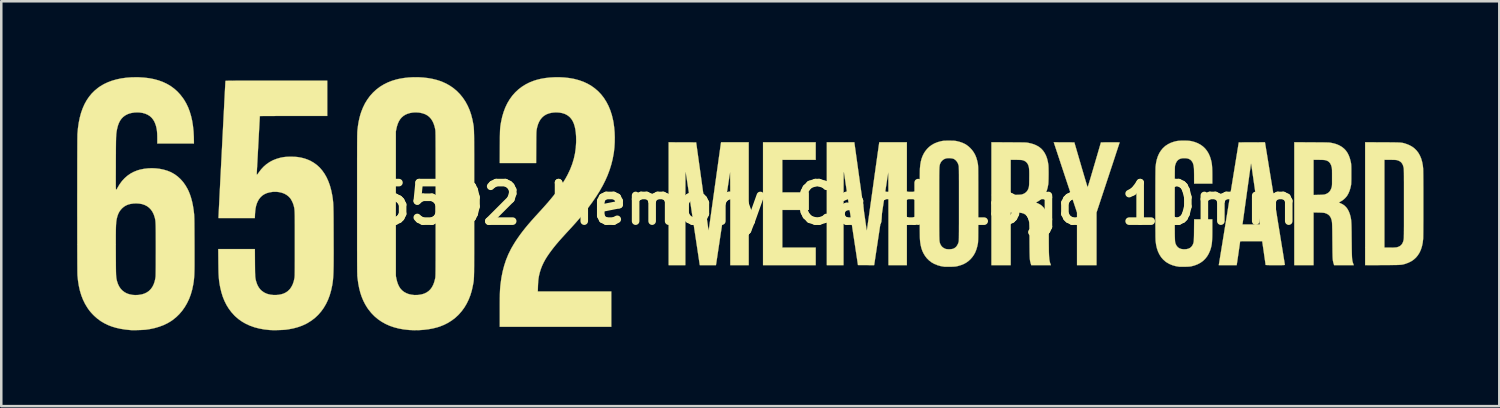
<source format=kicad_pcb>
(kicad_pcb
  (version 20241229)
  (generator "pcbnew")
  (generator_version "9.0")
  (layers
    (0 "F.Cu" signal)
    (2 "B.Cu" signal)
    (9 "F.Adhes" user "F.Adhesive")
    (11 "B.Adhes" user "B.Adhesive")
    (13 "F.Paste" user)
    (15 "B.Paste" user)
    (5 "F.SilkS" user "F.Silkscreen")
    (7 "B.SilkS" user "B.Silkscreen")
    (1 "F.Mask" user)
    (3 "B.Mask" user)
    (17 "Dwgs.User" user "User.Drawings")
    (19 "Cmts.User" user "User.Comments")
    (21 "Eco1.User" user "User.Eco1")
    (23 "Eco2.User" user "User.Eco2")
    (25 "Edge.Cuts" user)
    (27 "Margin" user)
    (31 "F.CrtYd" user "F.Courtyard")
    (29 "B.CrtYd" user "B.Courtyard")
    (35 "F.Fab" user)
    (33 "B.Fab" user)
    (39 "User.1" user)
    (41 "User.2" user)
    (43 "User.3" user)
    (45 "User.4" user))
  (footprint "6502 Memory Card Logo 10mm"
    (layer "F.Cu")
    (at 30.003 5.008)
    (property "Reference" "6502 Memory Card Logo 10mm" (at 0 0 0) (layer "F.SilkS") (effects (font (size 1.524 1.524) (thickness 0.3))))
    (attr through_hole)
    (fp_poly (pts (xy -0.787 -1.736) (xy -2.108 -1.736) (xy -2.108 -0.449) (xy -1.058 -0.449) (xy -1.058 0.246) (xy -2.108 0.246) (xy -2.108 1.736) (xy -0.787 1.736) (xy -0.787 2.43) (xy -2.87 2.43) (xy -2.87 -2.43) (xy -0.787 -2.43) (xy -0.787 -1.736)) (stroke (width 0.01) (type solid)) (fill yes) (layer "F.SilkS"))
    (fp_poly (pts (xy 9.037 -2.428) (xy 9.444 -2.426) (xy 9.703 -1.538) (xy 9.737 -1.42) (xy 9.771 -1.306) (xy 9.803 -1.197) (xy 9.833 -1.096) (xy 9.861 -1.002) (xy 9.886 -0.917) (xy 9.909 -0.842) (xy 9.928 -0.778) (xy 9.945 -0.725) (xy 9.957 -0.686) (xy 9.965 -0.661) (xy 9.969 -0.651) (xy 9.97 -0.651) (xy 9.973 -0.659) (xy 9.981 -0.682) (xy 9.993 -0.719) (xy 10.008 -0.77) (xy 10.028 -0.832) (xy 10.05 -0.906) (xy 10.075 -0.99) (xy 10.103 -1.082) (xy 10.132 -1.183) (xy 10.164 -1.29) (xy 10.197 -1.403) (xy 10.232 -1.522) (xy 10.237 -1.538) (xy 10.496 -2.426) (xy 10.865 -2.428) (xy 10.943 -2.428) (xy 11.015 -2.428) (xy 11.079 -2.428) (xy 11.135 -2.427) (xy 11.18 -2.427) (xy 11.213 -2.426) (xy 11.231 -2.424) (xy 11.235 -2.423) (xy 11.233 -2.415) (xy 11.225 -2.391) (xy 11.213 -2.353) (xy 11.196 -2.301) (xy 11.174 -2.236) (xy 11.149 -2.159) (xy 11.12 -2.072) (xy 11.088 -1.974) (xy 11.053 -1.866) (xy 11.015 -1.75) (xy 10.974 -1.626) (xy 10.931 -1.495) (xy 10.885 -1.358) (xy 10.838 -1.215) (xy 10.79 -1.068) (xy 10.778 -1.033) (xy 10.321 0.35) (xy 10.321 2.43) (xy 9.55 2.43) (xy 9.55 1.391) (xy 9.55 0.351) (xy 9.09 -1.039) (xy 8.63 -2.43) (xy 9.037 -2.428)) (stroke (width 0.01) (type solid)) (fill yes) (layer "F.SilkS"))
    (fp_poly (pts (xy 2.819 2.43) (xy 2.091 2.43) (xy 2.091 0.586) (xy 2.091 0.392) (xy 2.09 0.206) (xy 2.09 0.029) (xy 2.09 -0.139) (xy 2.09 -0.298) (xy 2.089 -0.447) (xy 2.089 -0.584) (xy 2.088 -0.711) (xy 2.088 -0.825) (xy 2.087 -0.926) (xy 2.087 -1.015) (xy 2.086 -1.09) (xy 2.085 -1.15) (xy 2.084 -1.196) (xy 2.084 -1.226) (xy 2.083 -1.24) (xy 2.083 -1.24) (xy 2.081 -1.23) (xy 2.076 -1.205) (xy 2.07 -1.164) (xy 2.061 -1.108) (xy 2.05 -1.039) (xy 2.037 -0.957) (xy 2.023 -0.863) (xy 2.007 -0.757) (xy 1.989 -0.641) (xy 1.97 -0.515) (xy 1.949 -0.381) (xy 1.928 -0.237) (xy 1.905 -0.087) (xy 1.881 0.07) (xy 1.856 0.234) (xy 1.831 0.402) (xy 1.805 0.575) (xy 1.804 0.584) (xy 1.778 0.757) (xy 1.752 0.926) (xy 1.728 1.089) (xy 1.704 1.247) (xy 1.681 1.398) (xy 1.66 1.542) (xy 1.639 1.677) (xy 1.62 1.804) (xy 1.602 1.921) (xy 1.586 2.027) (xy 1.572 2.122) (xy 1.559 2.205) (xy 1.549 2.275) (xy 1.54 2.331) (xy 1.534 2.373) (xy 1.53 2.4) (xy 1.528 2.411) (xy 1.528 2.411) (xy 1.524 2.43) (xy 1.204 2.428) (xy 0.885 2.426) (xy 0.608 0.593) (xy 0.582 0.419) (xy 0.556 0.249) (xy 0.531 0.085) (xy 0.507 -0.074) (xy 0.484 -0.226) (xy 0.463 -0.37) (xy 0.442 -0.506) (xy 0.423 -0.633) (xy 0.405 -0.75) (xy 0.389 -0.857) (xy 0.375 -0.953) (xy 0.362 -1.036) (xy 0.352 -1.107) (xy 0.343 -1.164) (xy 0.337 -1.207) (xy 0.332 -1.235) (xy 0.331 -1.247) (xy 0.331 -1.247) (xy 0.325 -1.25) (xy 0.322 -1.249) (xy 0.321 -1.24) (xy 0.32 -1.214) (xy 0.319 -1.171) (xy 0.318 -1.111) (xy 0.317 -1.035) (xy 0.316 -0.942) (xy 0.316 -0.832) (xy 0.315 -0.706) (xy 0.315 -0.563) (xy 0.314 -0.404) (xy 0.314 -0.228) (xy 0.314 -0.036) (xy 0.313 0.173) (xy 0.313 0.397) (xy 0.313 0.593) (xy 0.313 2.43) (xy -0.347 2.43) (xy -0.347 -2.43) (xy 0.197 -2.43) (xy 0.741 -2.43) (xy 0.982 -0.698) (xy 1.006 -0.529) (xy 1.029 -0.364) (xy 1.051 -0.204) (xy 1.073 -0.05) (xy 1.093 0.097) (xy 1.113 0.236) (xy 1.131 0.367) (xy 1.149 0.489) (xy 1.165 0.601) (xy 1.179 0.702) (xy 1.192 0.791) (xy 1.203 0.869) (xy 1.212 0.933) (xy 1.22 0.983) (xy 1.225 1.019) (xy 1.228 1.039) (xy 1.229 1.044) (xy 1.237 1.05) (xy 1.238 1.05) (xy 1.24 1.041) (xy 1.244 1.016) (xy 1.249 0.976) (xy 1.257 0.922) (xy 1.267 0.854) (xy 1.278 0.774) (xy 1.291 0.681) (xy 1.306 0.577) (xy 1.322 0.462) (xy 1.34 0.338) (xy 1.358 0.205) (xy 1.378 0.064) (xy 1.399 -0.085) (xy 1.42 -0.24) (xy 1.443 -0.401) (xy 1.466 -0.567) (xy 1.481 -0.673) (xy 1.504 -0.842) (xy 1.527 -1.006) (xy 1.549 -1.166) (xy 1.571 -1.319) (xy 1.591 -1.466) (xy 1.611 -1.605) (xy 1.629 -1.736) (xy 1.646 -1.857) (xy 1.662 -1.969) (xy 1.676 -2.07) (xy 1.689 -2.159) (xy 1.7 -2.237) (xy 1.709 -2.301) (xy 1.716 -2.351) (xy 1.721 -2.387) (xy 1.724 -2.407) (xy 1.725 -2.411) (xy 1.729 -2.43) (xy 2.819 -2.43) (xy 2.819 2.43)) (stroke (width 0.01) (type solid)) (fill yes) (layer "F.SilkS"))
    (fp_poly (pts (xy 21.634 -2.428) (xy 21.764 -2.427) (xy 21.879 -2.427) (xy 21.979 -2.426) (xy 22.066 -2.425) (xy 22.141 -2.424) (xy 22.205 -2.423) (xy 22.261 -2.421) (xy 22.308 -2.419) (xy 22.349 -2.416) (xy 22.384 -2.412) (xy 22.415 -2.408) (xy 22.443 -2.403) (xy 22.469 -2.397) (xy 22.496 -2.389) (xy 22.523 -2.381) (xy 22.552 -2.372) (xy 22.571 -2.365) (xy 22.691 -2.318) (xy 22.799 -2.26) (xy 22.895 -2.189) (xy 22.98 -2.106) (xy 23.053 -2.011) (xy 23.114 -1.903) (xy 23.164 -1.784) (xy 23.202 -1.652) (xy 23.229 -1.508) (xy 23.241 -1.394) (xy 23.242 -1.37) (xy 23.243 -1.329) (xy 23.244 -1.273) (xy 23.245 -1.202) (xy 23.246 -1.116) (xy 23.247 -1.016) (xy 23.248 -0.903) (xy 23.248 -0.777) (xy 23.249 -0.638) (xy 23.249 -0.488) (xy 23.249 -0.327) (xy 23.249 -0.156) (xy 23.249 -0.000001) (xy 23.249 0.18) (xy 23.249 0.35) (xy 23.249 0.509) (xy 23.249 0.658) (xy 23.248 0.794) (xy 23.247 0.919) (xy 23.247 1.03) (xy 23.246 1.128) (xy 23.245 1.212) (xy 23.244 1.282) (xy 23.243 1.336) (xy 23.242 1.374) (xy 23.241 1.394) (xy 23.223 1.547) (xy 23.193 1.688) (xy 23.152 1.817) (xy 23.099 1.933) (xy 23.034 2.037) (xy 22.958 2.129) (xy 22.87 2.209) (xy 22.771 2.277) (xy 22.66 2.332) (xy 22.571 2.365) (xy 22.54 2.376) (xy 22.512 2.385) (xy 22.485 2.392) (xy 22.459 2.399) (xy 22.432 2.405) (xy 22.402 2.41) (xy 22.37 2.414) (xy 22.333 2.417) (xy 22.289 2.42) (xy 22.239 2.422) (xy 22.18 2.424) (xy 22.111 2.425) (xy 22.031 2.426) (xy 21.939 2.426) (xy 21.833 2.427) (xy 21.713 2.428) (xy 21.634 2.428) (xy 20.947 2.431) (xy 20.947 -1.736) (xy 21.709 -1.736) (xy 21.709 1.736) (xy 21.934 1.736) (xy 22.008 1.735) (xy 22.067 1.735) (xy 22.114 1.733) (xy 22.15 1.731) (xy 22.178 1.728) (xy 22.201 1.725) (xy 22.21 1.722) (xy 22.281 1.698) (xy 22.339 1.664) (xy 22.387 1.619) (xy 22.424 1.563) (xy 22.453 1.493) (xy 22.468 1.435) (xy 22.47 1.425) (xy 22.472 1.414) (xy 22.474 1.401) (xy 22.475 1.386) (xy 22.476 1.366) (xy 22.478 1.342) (xy 22.479 1.313) (xy 22.479 1.278) (xy 22.48 1.236) (xy 22.481 1.186) (xy 22.481 1.127) (xy 22.482 1.059) (xy 22.482 0.982) (xy 22.483 0.893) (xy 22.483 0.792) (xy 22.483 0.679) (xy 22.483 0.553) (xy 22.483 0.413) (xy 22.483 0.257) (xy 22.483 0.086) (xy 22.483 0) (xy 22.483 -0.179) (xy 22.483 -0.342) (xy 22.483 -0.489) (xy 22.483 -0.622) (xy 22.483 -0.741) (xy 22.483 -0.847) (xy 22.482 -0.941) (xy 22.482 -1.024) (xy 22.482 -1.097) (xy 22.481 -1.159) (xy 22.481 -1.213) (xy 22.48 -1.259) (xy 22.479 -1.297) (xy 22.478 -1.329) (xy 22.477 -1.356) (xy 22.476 -1.377) (xy 22.474 -1.394) (xy 22.473 -1.409) (xy 22.471 -1.42) (xy 22.469 -1.43) (xy 22.468 -1.435) (xy 22.445 -1.515) (xy 22.414 -1.581) (xy 22.374 -1.634) (xy 22.323 -1.675) (xy 22.261 -1.706) (xy 22.21 -1.722) (xy 22.19 -1.727) (xy 22.165 -1.73) (xy 22.133 -1.732) (xy 22.091 -1.734) (xy 22.038 -1.735) (xy 21.972 -1.736) (xy 21.934 -1.736) (xy 21.709 -1.736) (xy 20.947 -1.736) (xy 20.947 -2.431) (xy 21.634 -2.428)) (stroke (width 0.01) (type solid)) (fill yes) (layer "F.SilkS"))
    (fp_poly (pts (xy -5.516 -2.426) (xy -5.274 -0.692) (xy -5.251 -0.523) (xy -5.227 -0.358) (xy -5.205 -0.198) (xy -5.184 -0.045) (xy -5.163 0.102) (xy -5.143 0.241) (xy -5.125 0.372) (xy -5.107 0.493) (xy -5.092 0.605) (xy -5.077 0.706) (xy -5.064 0.795) (xy -5.053 0.873) (xy -5.044 0.937) (xy -5.036 0.987) (xy -5.031 1.022) (xy -5.028 1.042) (xy -5.027 1.047) (xy -5.02 1.045) (xy -5.017 1.04) (xy -5.016 1.031) (xy -5.012 1.006) (xy -5.006 0.965) (xy -4.998 0.91) (xy -4.988 0.841) (xy -4.977 0.76) (xy -4.964 0.667) (xy -4.949 0.562) (xy -4.933 0.447) (xy -4.916 0.322) (xy -4.897 0.189) (xy -4.877 0.047) (xy -4.856 -0.102) (xy -4.835 -0.257) (xy -4.812 -0.418) (xy -4.789 -0.584) (xy -4.776 -0.682) (xy -4.752 -0.85) (xy -4.729 -1.014) (xy -4.707 -1.173) (xy -4.686 -1.326) (xy -4.665 -1.472) (xy -4.646 -1.611) (xy -4.628 -1.741) (xy -4.611 -1.862) (xy -4.595 -1.973) (xy -4.581 -2.074) (xy -4.569 -2.163) (xy -4.558 -2.24) (xy -4.549 -2.303) (xy -4.542 -2.353) (xy -4.537 -2.388) (xy -4.534 -2.407) (xy -4.534 -2.411) (xy -4.529 -2.43) (xy -3.437 -2.43) (xy -3.437 2.43) (xy -4.166 2.43) (xy -4.166 0.587) (xy -4.166 0.411) (xy -4.166 0.241) (xy -4.166 0.075) (xy -4.166 -0.084) (xy -4.166 -0.236) (xy -4.167 -0.381) (xy -4.167 -0.517) (xy -4.167 -0.644) (xy -4.168 -0.761) (xy -4.168 -0.867) (xy -4.169 -0.962) (xy -4.169 -1.045) (xy -4.17 -1.115) (xy -4.171 -1.171) (xy -4.171 -1.212) (xy -4.172 -1.238) (xy -4.172 -1.248) (xy -4.173 -1.248) (xy -4.174 -1.239) (xy -4.179 -1.214) (xy -4.185 -1.174) (xy -4.194 -1.119) (xy -4.205 -1.051) (xy -4.217 -0.97) (xy -4.232 -0.876) (xy -4.248 -0.772) (xy -4.266 -0.656) (xy -4.285 -0.531) (xy -4.306 -0.397) (xy -4.327 -0.254) (xy -4.35 -0.104) (xy -4.374 0.053) (xy -4.399 0.217) (xy -4.424 0.385) (xy -4.45 0.558) (xy -4.453 0.576) (xy -4.479 0.749) (xy -4.504 0.918) (xy -4.529 1.082) (xy -4.553 1.24) (xy -4.576 1.392) (xy -4.597 1.536) (xy -4.618 1.672) (xy -4.637 1.799) (xy -4.655 1.916) (xy -4.671 2.023) (xy -4.685 2.118) (xy -4.698 2.201) (xy -4.709 2.272) (xy -4.717 2.329) (xy -4.724 2.372) (xy -4.728 2.399) (xy -4.73 2.411) (xy -4.73 2.411) (xy -4.735 2.43) (xy -5.053 2.43) (xy -5.372 2.43) (xy -5.642 0.637) (xy -5.674 0.427) (xy -5.703 0.233) (xy -5.73 0.055) (xy -5.754 -0.109) (xy -5.777 -0.259) (xy -5.797 -0.395) (xy -5.816 -0.518) (xy -5.833 -0.628) (xy -5.848 -0.728) (xy -5.861 -0.816) (xy -5.873 -0.894) (xy -5.883 -0.962) (xy -5.892 -1.021) (xy -5.9 -1.071) (xy -5.907 -1.114) (xy -5.913 -1.15) (xy -5.917 -1.179) (xy -5.921 -1.202) (xy -5.924 -1.22) (xy -5.927 -1.234) (xy -5.929 -1.243) (xy -5.931 -1.25) (xy -5.932 -1.253) (xy -5.933 -1.255) (xy -5.934 -1.255) (xy -5.934 -1.254) (xy -5.935 -1.253) (xy -5.936 -1.253) (xy -5.937 -1.245) (xy -5.938 -1.22) (xy -5.938 -1.18) (xy -5.939 -1.124) (xy -5.94 -1.054) (xy -5.94 -0.97) (xy -5.941 -0.873) (xy -5.941 -0.764) (xy -5.942 -0.642) (xy -5.942 -0.509) (xy -5.943 -0.365) (xy -5.943 -0.211) (xy -5.943 -0.047) (xy -5.943 0.126) (xy -5.944 0.307) (xy -5.944 0.496) (xy -5.944 0.588) (xy -5.944 2.43) (xy -6.604 2.43) (xy -6.604 -2.43) (xy -5.516 -2.426)) (stroke (width 0.01) (type solid)) (fill yes) (layer "F.SilkS"))
    (fp_poly (pts (xy 6.852 -2.428) (xy 6.976 -2.427) (xy 7.085 -2.426) (xy 7.179 -2.426) (xy 7.26 -2.425) (xy 7.329 -2.424) (xy 7.388 -2.424) (xy 7.436 -2.423) (xy 7.477 -2.422) (xy 7.51 -2.42) (xy 7.538 -2.419) (xy 7.56 -2.417) (xy 7.58 -2.415) (xy 7.597 -2.412) (xy 7.614 -2.409) (xy 7.628 -2.406) (xy 7.746 -2.379) (xy 7.849 -2.347) (xy 7.94 -2.308) (xy 8.023 -2.262) (xy 8.05 -2.245) (xy 8.134 -2.178) (xy 8.208 -2.097) (xy 8.271 -2.004) (xy 8.325 -1.898) (xy 8.367 -1.78) (xy 8.398 -1.65) (xy 8.416 -1.536) (xy 8.419 -1.498) (xy 8.421 -1.447) (xy 8.423 -1.385) (xy 8.424 -1.314) (xy 8.425 -1.238) (xy 8.425 -1.159) (xy 8.424 -1.08) (xy 8.423 -1.004) (xy 8.421 -0.932) (xy 8.419 -0.869) (xy 8.416 -0.815) (xy 8.413 -0.775) (xy 8.411 -0.763) (xy 8.386 -0.632) (xy 8.352 -0.514) (xy 8.307 -0.409) (xy 8.253 -0.317) (xy 8.188 -0.236) (xy 8.151 -0.199) (xy 8.122 -0.173) (xy 8.087 -0.147) (xy 8.051 -0.121) (xy 8.016 -0.098) (xy 7.985 -0.08) (xy 7.962 -0.07) (xy 7.954 -0.068) (xy 7.94 -0.062) (xy 7.934 -0.056) (xy 7.932 -0.049) (xy 7.938 -0.041) (xy 7.957 -0.032) (xy 7.985 -0.021) (xy 8.074 0.022) (xy 8.153 0.077) (xy 8.221 0.145) (xy 8.28 0.227) (xy 8.328 0.322) (xy 8.367 0.431) (xy 8.387 0.508) (xy 8.396 0.549) (xy 8.403 0.589) (xy 8.41 0.629) (xy 8.415 0.671) (xy 8.42 0.717) (xy 8.424 0.768) (xy 8.427 0.825) (xy 8.429 0.89) (xy 8.431 0.965) (xy 8.432 1.05) (xy 8.432 1.149) (xy 8.433 1.261) (xy 8.433 1.369) (xy 8.433 1.512) (xy 8.434 1.639) (xy 8.435 1.752) (xy 8.436 1.851) (xy 8.438 1.938) (xy 8.441 2.014) (xy 8.444 2.08) (xy 8.448 2.138) (xy 8.453 2.188) (xy 8.459 2.232) (xy 8.466 2.271) (xy 8.474 2.306) (xy 8.483 2.338) (xy 8.494 2.369) (xy 8.497 2.376) (xy 8.517 2.43) (xy 7.739 2.43) (xy 7.722 2.373) (xy 7.715 2.346) (xy 7.708 2.321) (xy 7.702 2.298) (xy 7.696 2.274) (xy 7.692 2.249) (xy 7.688 2.222) (xy 7.685 2.19) (xy 7.682 2.153) (xy 7.68 2.11) (xy 7.678 2.06) (xy 7.677 2) (xy 7.675 1.93) (xy 7.674 1.849) (xy 7.673 1.756) (xy 7.672 1.648) (xy 7.671 1.525) (xy 7.671 1.465) (xy 7.67 1.338) (xy 7.669 1.228) (xy 7.668 1.131) (xy 7.667 1.049) (xy 7.666 0.978) (xy 7.665 0.918) (xy 7.664 0.869) (xy 7.662 0.827) (xy 7.661 0.794) (xy 7.659 0.766) (xy 7.658 0.743) (xy 7.655 0.725) (xy 7.653 0.709) (xy 7.65 0.694) (xy 7.648 0.682) (xy 7.628 0.608) (xy 7.604 0.548) (xy 7.574 0.498) (xy 7.547 0.466) (xy 7.511 0.433) (xy 7.471 0.406) (xy 7.423 0.384) (xy 7.367 0.368) (xy 7.301 0.357) (xy 7.223 0.35) (xy 7.13 0.347) (xy 7.09 0.347) (xy 6.926 0.347) (xy 6.926 2.43) (xy 6.164 2.43) (xy 6.164 -1.736) (xy 6.926 -1.736) (xy 6.926 -0.345) (xy 7.127 -0.35) (xy 7.205 -0.352) (xy 7.268 -0.355) (xy 7.316 -0.358) (xy 7.351 -0.362) (xy 7.372 -0.367) (xy 7.447 -0.395) (xy 7.511 -0.435) (xy 7.563 -0.484) (xy 7.602 -0.542) (xy 7.603 -0.545) (xy 7.616 -0.572) (xy 7.627 -0.597) (xy 7.635 -0.622) (xy 7.642 -0.648) (xy 7.648 -0.678) (xy 7.652 -0.713) (xy 7.655 -0.755) (xy 7.657 -0.808) (xy 7.658 -0.871) (xy 7.66 -0.948) (xy 7.66 -1.012) (xy 7.661 -1.113) (xy 7.661 -1.199) (xy 7.66 -1.271) (xy 7.657 -1.332) (xy 7.653 -1.384) (xy 7.648 -1.428) (xy 7.64 -1.466) (xy 7.631 -1.5) (xy 7.619 -1.532) (xy 7.604 -1.563) (xy 7.602 -1.569) (xy 7.565 -1.623) (xy 7.516 -1.668) (xy 7.457 -1.702) (xy 7.39 -1.724) (xy 7.379 -1.726) (xy 7.356 -1.729) (xy 7.319 -1.731) (xy 7.272 -1.733) (xy 7.217 -1.735) (xy 7.158 -1.736) (xy 7.127 -1.736) (xy 6.926 -1.736) (xy 6.164 -1.736) (xy 6.164 -2.431) (xy 6.852 -2.428)) (stroke (width 0.01) (type solid)) (fill yes) (layer "F.SilkS"))
    (fp_poly (pts (xy -10.728 -4.992) (xy -10.542 -4.971) (xy -10.363 -4.94) (xy -10.327 -4.932) (xy -10.144 -4.883) (xy -9.971 -4.821) (xy -9.809 -4.746) (xy -9.657 -4.657) (xy -9.517 -4.556) (xy -9.387 -4.443) (xy -9.269 -4.317) (xy -9.162 -4.179) (xy -9.067 -4.028) (xy -8.983 -3.866) (xy -8.911 -3.692) (xy -8.851 -3.507) (xy -8.804 -3.31) (xy -8.784 -3.205) (xy -8.759 -3.021) (xy -8.742 -2.826) (xy -8.735 -2.627) (xy -8.738 -2.426) (xy -8.749 -2.229) (xy -8.77 -2.04) (xy -8.78 -1.978) (xy -8.82 -1.763) (xy -8.873 -1.552) (xy -8.938 -1.342) (xy -9.016 -1.134) (xy -9.107 -0.927) (xy -9.212 -0.718) (xy -9.331 -0.507) (xy -9.466 -0.293) (xy -9.615 -0.075) (xy -9.671 0.003) (xy -9.757 0.119) (xy -9.845 0.233) (xy -9.937 0.349) (xy -10.034 0.466) (xy -10.137 0.588) (xy -10.248 0.715) (xy -10.367 0.849) (xy -10.498 0.992) (xy -10.567 1.067) (xy -10.662 1.17) (xy -10.746 1.262) (xy -10.822 1.346) (xy -10.889 1.421) (xy -10.951 1.491) (xy -11.007 1.557) (xy -11.06 1.619) (xy -11.11 1.681) (xy -11.159 1.742) (xy -11.197 1.791) (xy -11.305 1.935) (xy -11.4 2.072) (xy -11.482 2.203) (xy -11.551 2.331) (xy -11.61 2.457) (xy -11.659 2.583) (xy -11.699 2.71) (xy -11.731 2.841) (xy -11.734 2.857) (xy -11.745 2.917) (xy -11.754 2.976) (xy -11.761 3.037) (xy -11.766 3.105) (xy -11.77 3.183) (xy -11.774 3.273) (xy -11.774 3.287) (xy -11.78 3.471) (xy -8.873 3.471) (xy -8.873 4.868) (xy -13.284 4.868) (xy -13.284 4.21) (xy -13.284 4.074) (xy -13.284 3.952) (xy -13.283 3.845) (xy -13.283 3.751) (xy -13.281 3.667) (xy -13.28 3.592) (xy -13.278 3.526) (xy -13.276 3.466) (xy -13.273 3.411) (xy -13.27 3.359) (xy -13.266 3.309) (xy -13.262 3.26) (xy -13.256 3.21) (xy -13.254 3.188) (xy -13.219 2.93) (xy -13.17 2.682) (xy -13.108 2.446) (xy -13.033 2.219) (xy -12.945 2.003) (xy -12.843 1.798) (xy -12.823 1.76) (xy -12.746 1.628) (xy -12.666 1.498) (xy -12.579 1.368) (xy -12.486 1.236) (xy -12.386 1.102) (xy -12.277 0.964) (xy -12.158 0.821) (xy -12.028 0.671) (xy -11.887 0.513) (xy -11.785 0.402) (xy -11.629 0.231) (xy -11.484 0.069) (xy -11.351 -0.083) (xy -11.23 -0.228) (xy -11.118 -0.366) (xy -11.016 -0.498) (xy -10.923 -0.625) (xy -10.838 -0.748) (xy -10.76 -0.868) (xy -10.689 -0.985) (xy -10.624 -1.101) (xy -10.595 -1.156) (xy -10.498 -1.361) (xy -10.418 -1.568) (xy -10.354 -1.779) (xy -10.307 -1.992) (xy -10.277 -2.209) (xy -10.263 -2.428) (xy -10.262 -2.502) (xy -10.265 -2.665) (xy -10.276 -2.814) (xy -10.295 -2.948) (xy -10.322 -3.068) (xy -10.357 -3.176) (xy -10.4 -3.27) (xy -10.452 -3.352) (xy -10.512 -3.422) (xy -10.582 -3.481) (xy -10.66 -3.528) (xy -10.719 -3.555) (xy -10.814 -3.585) (xy -10.916 -3.604) (xy -11.023 -3.612) (xy -11.131 -3.61) (xy -11.237 -3.597) (xy -11.337 -3.573) (xy -11.428 -3.539) (xy -11.456 -3.525) (xy -11.539 -3.474) (xy -11.611 -3.41) (xy -11.673 -3.335) (xy -11.726 -3.247) (xy -11.77 -3.145) (xy -11.804 -3.03) (xy -11.821 -2.951) (xy -11.825 -2.932) (xy -11.828 -2.914) (xy -11.83 -2.895) (xy -11.832 -2.873) (xy -11.834 -2.847) (xy -11.836 -2.816) (xy -11.837 -2.779) (xy -11.838 -2.734) (xy -11.839 -2.68) (xy -11.84 -2.615) (xy -11.84 -2.539) (xy -11.841 -2.45) (xy -11.842 -2.346) (xy -11.842 -2.233) (xy -11.846 -1.609) (xy -13.285 -1.609) (xy -13.282 -2.263) (xy -13.281 -2.389) (xy -13.28 -2.501) (xy -13.28 -2.598) (xy -13.279 -2.683) (xy -13.277 -2.757) (xy -13.276 -2.821) (xy -13.274 -2.877) (xy -13.272 -2.927) (xy -13.269 -2.971) (xy -13.265 -3.013) (xy -13.261 -3.051) (xy -13.256 -3.09) (xy -13.25 -3.129) (xy -13.243 -3.17) (xy -13.235 -3.216) (xy -13.229 -3.247) (xy -13.186 -3.446) (xy -13.13 -3.633) (xy -13.063 -3.81) (xy -12.983 -3.976) (xy -12.891 -4.13) (xy -12.788 -4.272) (xy -12.673 -4.402) (xy -12.547 -4.52) (xy -12.41 -4.625) (xy -12.262 -4.718) (xy -12.104 -4.798) (xy -11.935 -4.864) (xy -11.83 -4.897) (xy -11.663 -4.939) (xy -11.485 -4.97) (xy -11.3 -4.991) (xy -11.11 -5.001) (xy -10.918 -5.002) (xy -10.728 -4.992)) (stroke (width 0.01) (type solid)) (fill yes) (layer "F.SilkS"))
    (fp_poly (pts (xy 16.988 -2.407) (xy 16.99 -2.396) (xy 16.994 -2.369) (xy 17.001 -2.327) (xy 17.01 -2.27) (xy 17.022 -2.201) (xy 17.035 -2.119) (xy 17.051 -2.025) (xy 17.068 -1.92) (xy 17.086 -1.805) (xy 17.107 -1.68) (xy 17.128 -1.547) (xy 17.151 -1.407) (xy 17.175 -1.259) (xy 17.2 -1.105) (xy 17.226 -0.946) (xy 17.253 -0.783) (xy 17.28 -0.615) (xy 17.308 -0.445) (xy 17.336 -0.273) (xy 17.364 -0.099) (xy 17.392 0.075) (xy 17.42 0.249) (xy 17.449 0.421) (xy 17.476 0.592) (xy 17.503 0.76) (xy 17.53 0.924) (xy 17.556 1.084) (xy 17.581 1.239) (xy 17.605 1.388) (xy 17.628 1.53) (xy 17.65 1.665) (xy 17.671 1.791) (xy 17.69 1.908) (xy 17.707 2.015) (xy 17.722 2.112) (xy 17.736 2.196) (xy 17.748 2.268) (xy 17.757 2.327) (xy 17.764 2.372) (xy 17.769 2.403) (xy 17.771 2.417) (xy 17.772 2.418) (xy 17.769 2.421) (xy 17.761 2.423) (xy 17.746 2.425) (xy 17.723 2.427) (xy 17.69 2.428) (xy 17.646 2.429) (xy 17.59 2.429) (xy 17.521 2.43) (xy 17.436 2.43) (xy 17.391 2.43) (xy 17.305 2.43) (xy 17.228 2.429) (xy 17.16 2.429) (xy 17.104 2.427) (xy 17.059 2.426) (xy 17.028 2.425) (xy 17.012 2.423) (xy 17.01 2.422) (xy 17.008 2.412) (xy 17.005 2.387) (xy 17 2.349) (xy 16.993 2.3) (xy 16.985 2.242) (xy 16.975 2.177) (xy 16.965 2.106) (xy 16.954 2.031) (xy 16.944 1.955) (xy 16.933 1.879) (xy 16.922 1.805) (xy 16.912 1.735) (xy 16.902 1.671) (xy 16.894 1.614) (xy 16.887 1.568) (xy 16.882 1.533) (xy 16.879 1.511) (xy 16.878 1.505) (xy 16.873 1.482) (xy 16.437 1.482) (xy 16.329 1.482) (xy 16.236 1.482) (xy 16.16 1.483) (xy 16.099 1.484) (xy 16.054 1.485) (xy 16.023 1.487) (xy 16.006 1.489) (xy 16.002 1.491) (xy 16.001 1.501) (xy 15.997 1.525) (xy 15.992 1.563) (xy 15.985 1.612) (xy 15.977 1.67) (xy 15.968 1.735) (xy 15.957 1.806) (xy 15.947 1.88) (xy 15.936 1.956) (xy 15.925 2.032) (xy 15.914 2.106) (xy 15.904 2.175) (xy 15.894 2.239) (xy 15.886 2.295) (xy 15.879 2.342) (xy 15.874 2.376) (xy 15.87 2.398) (xy 15.87 2.402) (xy 15.865 2.43) (xy 15.158 2.43) (xy 15.17 2.356) (xy 15.173 2.341) (xy 15.178 2.311) (xy 15.185 2.265) (xy 15.195 2.204) (xy 15.207 2.13) (xy 15.221 2.042) (xy 15.238 1.942) (xy 15.256 1.83) (xy 15.276 1.707) (xy 15.298 1.573) (xy 15.321 1.43) (xy 15.346 1.277) (xy 15.372 1.116) (xy 15.399 0.948) (xy 15.42 0.821) (xy 16.093 0.821) (xy 16.437 0.821) (xy 16.512 0.821) (xy 16.58 0.821) (xy 16.642 0.82) (xy 16.695 0.819) (xy 16.736 0.818) (xy 16.765 0.817) (xy 16.78 0.815) (xy 16.781 0.815) (xy 16.78 0.804) (xy 16.776 0.778) (xy 16.771 0.738) (xy 16.763 0.684) (xy 16.754 0.618) (xy 16.744 0.542) (xy 16.732 0.456) (xy 16.718 0.361) (xy 16.704 0.259) (xy 16.688 0.15) (xy 16.672 0.037) (xy 16.655 -0.081) (xy 16.638 -0.202) (xy 16.621 -0.324) (xy 16.603 -0.447) (xy 16.586 -0.569) (xy 16.569 -0.689) (xy 16.552 -0.807) (xy 16.535 -0.92) (xy 16.52 -1.029) (xy 16.505 -1.131) (xy 16.491 -1.225) (xy 16.479 -1.311) (xy 16.468 -1.387) (xy 16.458 -1.453) (xy 16.45 -1.506) (xy 16.444 -1.546) (xy 16.44 -1.571) (xy 16.439 -1.581) (xy 16.439 -1.581) (xy 16.431 -1.583) (xy 16.431 -1.583) (xy 16.429 -1.574) (xy 16.425 -1.549) (xy 16.42 -1.51) (xy 16.412 -1.457) (xy 16.403 -1.391) (xy 16.392 -1.312) (xy 16.379 -1.223) (xy 16.365 -1.124) (xy 16.35 -1.015) (xy 16.334 -0.898) (xy 16.316 -0.775) (xy 16.298 -0.644) (xy 16.279 -0.509) (xy 16.265 -0.406) (xy 16.246 -0.267) (xy 16.227 -0.132) (xy 16.209 -0.002) (xy 16.192 0.121) (xy 16.176 0.237) (xy 16.161 0.345) (xy 16.147 0.444) (xy 16.135 0.532) (xy 16.124 0.61) (xy 16.115 0.675) (xy 16.108 0.727) (xy 16.102 0.765) (xy 16.099 0.787) (xy 16.098 0.794) (xy 16.093 0.821) (xy 15.42 0.821) (xy 15.428 0.772) (xy 15.457 0.59) (xy 15.488 0.403) (xy 15.519 0.21) (xy 15.551 0.014) (xy 15.565 -0.072) (xy 15.948 -2.426) (xy 16.465 -2.428) (xy 16.983 -2.43) (xy 16.988 -2.407)) (stroke (width 0.01) (type solid)) (fill yes) (layer "F.SilkS"))
    (fp_poly (pts (xy 18.832 -2.428) (xy 18.956 -2.427) (xy 19.065 -2.426) (xy 19.159 -2.426) (xy 19.24 -2.425) (xy 19.309 -2.424) (xy 19.368 -2.424) (xy 19.416 -2.423) (xy 19.457 -2.421) (xy 19.49 -2.42) (xy 19.518 -2.419) (xy 19.541 -2.417) (xy 19.56 -2.415) (xy 19.577 -2.412) (xy 19.594 -2.409) (xy 19.609 -2.406) (xy 19.69 -2.389) (xy 19.759 -2.371) (xy 19.82 -2.351) (xy 19.877 -2.328) (xy 19.933 -2.302) (xy 20.028 -2.246) (xy 20.113 -2.178) (xy 20.186 -2.1) (xy 20.249 -2.009) (xy 20.301 -1.906) (xy 20.344 -1.789) (xy 20.377 -1.659) (xy 20.385 -1.621) (xy 20.389 -1.599) (xy 20.392 -1.575) (xy 20.394 -1.55) (xy 20.396 -1.519) (xy 20.398 -1.483) (xy 20.399 -1.438) (xy 20.4 -1.383) (xy 20.4 -1.317) (xy 20.4 -1.237) (xy 20.4 -1.168) (xy 20.4 -1.067) (xy 20.4 -0.98) (xy 20.399 -0.909) (xy 20.397 -0.85) (xy 20.395 -0.804) (xy 20.393 -0.768) (xy 20.39 -0.743) (xy 20.389 -0.737) (xy 20.363 -0.618) (xy 20.328 -0.507) (xy 20.286 -0.407) (xy 20.237 -0.321) (xy 20.223 -0.301) (xy 20.174 -0.242) (xy 20.115 -0.184) (xy 20.051 -0.133) (xy 19.985 -0.092) (xy 19.952 -0.075) (xy 19.929 -0.064) (xy 19.913 -0.055) (xy 19.91 -0.051) (xy 19.915 -0.045) (xy 19.932 -0.035) (xy 19.959 -0.023) (xy 19.964 -0.021) (xy 20.053 0.021) (xy 20.131 0.075) (xy 20.199 0.142) (xy 20.257 0.222) (xy 20.305 0.315) (xy 20.345 0.422) (xy 20.357 0.468) (xy 20.366 0.501) (xy 20.373 0.531) (xy 20.379 0.561) (xy 20.385 0.591) (xy 20.39 0.623) (xy 20.394 0.658) (xy 20.397 0.698) (xy 20.4 0.743) (xy 20.403 0.795) (xy 20.405 0.855) (xy 20.407 0.925) (xy 20.408 1.006) (xy 20.41 1.099) (xy 20.411 1.205) (xy 20.412 1.326) (xy 20.413 1.431) (xy 20.415 1.566) (xy 20.416 1.685) (xy 20.417 1.789) (xy 20.419 1.881) (xy 20.421 1.96) (xy 20.423 2.028) (xy 20.425 2.086) (xy 20.428 2.136) (xy 20.431 2.179) (xy 20.435 2.216) (xy 20.44 2.247) (xy 20.445 2.275) (xy 20.452 2.301) (xy 20.459 2.325) (xy 20.467 2.35) (xy 20.476 2.375) (xy 20.497 2.43) (xy 19.72 2.43) (xy 19.701 2.369) (xy 19.694 2.343) (xy 19.687 2.32) (xy 19.682 2.298) (xy 19.677 2.275) (xy 19.672 2.251) (xy 19.669 2.224) (xy 19.666 2.192) (xy 19.663 2.155) (xy 19.661 2.112) (xy 19.659 2.06) (xy 19.658 2) (xy 19.656 1.929) (xy 19.655 1.847) (xy 19.654 1.751) (xy 19.653 1.642) (xy 19.652 1.518) (xy 19.651 1.469) (xy 19.65 1.339) (xy 19.649 1.224) (xy 19.648 1.124) (xy 19.647 1.038) (xy 19.645 0.963) (xy 19.644 0.9) (xy 19.642 0.846) (xy 19.64 0.801) (xy 19.638 0.763) (xy 19.635 0.731) (xy 19.632 0.704) (xy 19.628 0.681) (xy 19.624 0.66) (xy 19.619 0.641) (xy 19.613 0.621) (xy 19.606 0.601) (xy 19.605 0.597) (xy 19.575 0.528) (xy 19.534 0.472) (xy 19.482 0.426) (xy 19.418 0.391) (xy 19.351 0.367) (xy 19.328 0.362) (xy 19.298 0.358) (xy 19.26 0.355) (xy 19.211 0.352) (xy 19.149 0.35) (xy 19.103 0.349) (xy 18.906 0.345) (xy 18.906 2.43) (xy 18.144 2.43) (xy 18.144 -1.736) (xy 18.906 -1.736) (xy 18.906 -0.345) (xy 19.107 -0.35) (xy 19.186 -0.352) (xy 19.249 -0.355) (xy 19.297 -0.358) (xy 19.332 -0.362) (xy 19.352 -0.367) (xy 19.427 -0.395) (xy 19.49 -0.433) (xy 19.541 -0.482) (xy 19.581 -0.543) (xy 19.612 -0.618) (xy 19.619 -0.639) (xy 19.624 -0.657) (xy 19.628 -0.673) (xy 19.631 -0.691) (xy 19.633 -0.711) (xy 19.635 -0.735) (xy 19.637 -0.766) (xy 19.638 -0.806) (xy 19.638 -0.856) (xy 19.638 -0.917) (xy 19.638 -0.993) (xy 19.638 -1.046) (xy 19.638 -1.133) (xy 19.638 -1.206) (xy 19.637 -1.265) (xy 19.637 -1.313) (xy 19.635 -1.351) (xy 19.633 -1.382) (xy 19.631 -1.407) (xy 19.628 -1.427) (xy 19.624 -1.445) (xy 19.624 -1.446) (xy 19.6 -1.526) (xy 19.567 -1.592) (xy 19.526 -1.644) (xy 19.475 -1.683) (xy 19.449 -1.696) (xy 19.421 -1.708) (xy 19.394 -1.717) (xy 19.364 -1.724) (xy 19.33 -1.729) (xy 19.288 -1.732) (xy 19.237 -1.734) (xy 19.173 -1.735) (xy 19.108 -1.736) (xy 18.906 -1.736) (xy 18.144 -1.736) (xy 18.144 -2.431) (xy 18.832 -2.428)) (stroke (width 0.01) (type solid)) (fill yes) (layer "F.SilkS"))
    (fp_poly (pts (xy 13.878 -2.493) (xy 13.945 -2.49) (xy 14.004 -2.485) (xy 14.051 -2.479) (xy 14.059 -2.478) (xy 14.194 -2.443) (xy 14.317 -2.397) (xy 14.428 -2.338) (xy 14.527 -2.268) (xy 14.615 -2.185) (xy 14.691 -2.09) (xy 14.756 -1.982) (xy 14.809 -1.862) (xy 14.85 -1.73) (xy 14.871 -1.638) (xy 14.879 -1.59) (xy 14.886 -1.538) (xy 14.891 -1.48) (xy 14.895 -1.414) (xy 14.898 -1.338) (xy 14.9 -1.25) (xy 14.901 -1.149) (xy 14.901 -1.086) (xy 14.901 -0.796) (xy 14.182 -0.796) (xy 14.181 -1.069) (xy 14.181 -1.14) (xy 14.18 -1.21) (xy 14.179 -1.275) (xy 14.178 -1.334) (xy 14.176 -1.382) (xy 14.174 -1.418) (xy 14.173 -1.427) (xy 14.16 -1.518) (xy 14.138 -1.595) (xy 14.106 -1.659) (xy 14.064 -1.712) (xy 14.035 -1.737) (xy 13.993 -1.763) (xy 13.949 -1.782) (xy 13.898 -1.794) (xy 13.835 -1.8) (xy 13.818 -1.801) (xy 13.731 -1.8) (xy 13.656 -1.786) (xy 13.592 -1.761) (xy 13.538 -1.722) (xy 13.494 -1.67) (xy 13.459 -1.604) (xy 13.432 -1.523) (xy 13.43 -1.517) (xy 13.428 -1.509) (xy 13.426 -1.499) (xy 13.425 -1.487) (xy 13.423 -1.472) (xy 13.422 -1.452) (xy 13.421 -1.428) (xy 13.42 -1.399) (xy 13.419 -1.363) (xy 13.419 -1.32) (xy 13.418 -1.27) (xy 13.417 -1.211) (xy 13.417 -1.142) (xy 13.416 -1.063) (xy 13.416 -0.974) (xy 13.416 -0.873) (xy 13.416 -0.759) (xy 13.416 -0.632) (xy 13.416 -0.491) (xy 13.415 -0.336) (xy 13.415 -0.165) (xy 13.415 -0.008) (xy 13.415 0.179) (xy 13.415 0.351) (xy 13.415 0.508) (xy 13.416 0.649) (xy 13.416 0.777) (xy 13.416 0.892) (xy 13.416 0.995) (xy 13.417 1.086) (xy 13.417 1.166) (xy 13.418 1.237) (xy 13.419 1.298) (xy 13.421 1.351) (xy 13.422 1.396) (xy 13.424 1.435) (xy 13.426 1.467) (xy 13.428 1.494) (xy 13.431 1.517) (xy 13.434 1.535) (xy 13.438 1.551) (xy 13.441 1.565) (xy 13.446 1.577) (xy 13.451 1.588) (xy 13.456 1.6) (xy 13.462 1.613) (xy 13.462 1.614) (xy 13.498 1.677) (xy 13.544 1.727) (xy 13.6 1.764) (xy 13.667 1.789) (xy 13.745 1.801) (xy 13.796 1.803) (xy 13.882 1.797) (xy 13.956 1.779) (xy 14.019 1.749) (xy 14.071 1.706) (xy 14.113 1.65) (xy 14.129 1.619) (xy 14.139 1.597) (xy 14.147 1.576) (xy 14.154 1.555) (xy 14.16 1.532) (xy 14.165 1.505) (xy 14.168 1.473) (xy 14.171 1.435) (xy 14.173 1.388) (xy 14.175 1.331) (xy 14.177 1.263) (xy 14.178 1.182) (xy 14.179 1.086) (xy 14.179 1.044) (xy 14.183 0.618) (xy 14.901 0.618) (xy 14.901 0.997) (xy 14.901 1.122) (xy 14.9 1.232) (xy 14.898 1.328) (xy 14.894 1.413) (xy 14.89 1.487) (xy 14.884 1.554) (xy 14.876 1.613) (xy 14.866 1.668) (xy 14.854 1.72) (xy 14.84 1.771) (xy 14.824 1.821) (xy 14.811 1.858) (xy 14.758 1.978) (xy 14.694 2.086) (xy 14.618 2.181) (xy 14.531 2.265) (xy 14.431 2.336) (xy 14.32 2.395) (xy 14.197 2.442) (xy 14.078 2.474) (xy 14.046 2.48) (xy 14.013 2.484) (xy 13.974 2.488) (xy 13.928 2.49) (xy 13.871 2.492) (xy 13.809 2.493) (xy 13.752 2.494) (xy 13.699 2.494) (xy 13.653 2.494) (xy 13.617 2.494) (xy 13.594 2.493) (xy 13.589 2.492) (xy 13.45 2.468) (xy 13.32 2.431) (xy 13.202 2.382) (xy 13.095 2.32) (xy 13.049 2.288) (xy 12.958 2.208) (xy 12.878 2.115) (xy 12.811 2.011) (xy 12.755 1.895) (xy 12.711 1.767) (xy 12.679 1.627) (xy 12.659 1.475) (xy 12.658 1.461) (xy 12.657 1.436) (xy 12.656 1.395) (xy 12.654 1.337) (xy 12.653 1.264) (xy 12.653 1.176) (xy 12.652 1.072) (xy 12.651 0.953) (xy 12.65 0.82) (xy 12.65 0.673) (xy 12.65 0.513) (xy 12.649 0.339) (xy 12.649 0.153) (xy 12.649 0) (xy 12.649 -0.196) (xy 12.649 -0.38) (xy 12.65 -0.551) (xy 12.65 -0.708) (xy 12.651 -0.852) (xy 12.651 -0.981) (xy 12.652 -1.097) (xy 12.653 -1.197) (xy 12.654 -1.282) (xy 12.655 -1.352) (xy 12.656 -1.406) (xy 12.657 -1.443) (xy 12.658 -1.461) (xy 12.677 -1.614) (xy 12.708 -1.755) (xy 12.751 -1.884) (xy 12.805 -2.001) (xy 12.872 -2.106) (xy 12.95 -2.2) (xy 13.04 -2.281) (xy 13.049 -2.288) (xy 13.152 -2.355) (xy 13.266 -2.411) (xy 13.392 -2.454) (xy 13.492 -2.478) (xy 13.535 -2.484) (xy 13.592 -2.489) (xy 13.658 -2.493) (xy 13.731 -2.494) (xy 13.805 -2.494) (xy 13.878 -2.493)) (stroke (width 0.01) (type solid)) (fill yes) (layer "F.SilkS"))
    (fp_poly (pts (xy 4.496 -2.493) (xy 4.565 -2.493) (xy 4.62 -2.492) (xy 4.664 -2.491) (xy 4.7 -2.489) (xy 4.73 -2.486) (xy 4.757 -2.482) (xy 4.785 -2.477) (xy 4.796 -2.474) (xy 4.912 -2.445) (xy 5.014 -2.41) (xy 5.105 -2.368) (xy 5.188 -2.318) (xy 5.266 -2.258) (xy 5.327 -2.201) (xy 5.402 -2.118) (xy 5.466 -2.029) (xy 5.52 -1.932) (xy 5.564 -1.826) (xy 5.599 -1.708) (xy 5.627 -1.577) (xy 5.627 -1.575) (xy 5.629 -1.563) (xy 5.631 -1.55) (xy 5.633 -1.536) (xy 5.634 -1.52) (xy 5.636 -1.5) (xy 5.637 -1.476) (xy 5.638 -1.448) (xy 5.639 -1.414) (xy 5.64 -1.374) (xy 5.64 -1.326) (xy 5.641 -1.271) (xy 5.641 -1.207) (xy 5.642 -1.134) (xy 5.642 -1.051) (xy 5.642 -0.956) (xy 5.643 -0.85) (xy 5.643 -0.732) (xy 5.643 -0.6) (xy 5.643 -0.453) (xy 5.643 -0.292) (xy 5.643 -0.116) (xy 5.643 0) (xy 5.643 0.187) (xy 5.643 0.357) (xy 5.643 0.512) (xy 5.643 0.653) (xy 5.643 0.779) (xy 5.643 0.893) (xy 5.642 0.995) (xy 5.642 1.085) (xy 5.642 1.164) (xy 5.641 1.233) (xy 5.641 1.294) (xy 5.64 1.346) (xy 5.639 1.39) (xy 5.638 1.428) (xy 5.637 1.459) (xy 5.636 1.486) (xy 5.635 1.508) (xy 5.634 1.526) (xy 5.632 1.542) (xy 5.631 1.555) (xy 5.629 1.568) (xy 5.627 1.575) (xy 5.599 1.707) (xy 5.563 1.826) (xy 5.519 1.934) (xy 5.464 2.032) (xy 5.399 2.122) (xy 5.344 2.185) (xy 5.263 2.262) (xy 5.175 2.326) (xy 5.078 2.381) (xy 4.969 2.425) (xy 4.848 2.462) (xy 4.801 2.473) (xy 4.77 2.479) (xy 4.738 2.484) (xy 4.703 2.487) (xy 4.661 2.49) (xy 4.609 2.492) (xy 4.544 2.493) (xy 4.525 2.493) (xy 4.468 2.494) (xy 4.414 2.494) (xy 4.368 2.494) (xy 4.331 2.494) (xy 4.307 2.493) (xy 4.301 2.492) (xy 4.158 2.468) (xy 4.025 2.43) (xy 3.905 2.381) (xy 3.795 2.319) (xy 3.697 2.244) (xy 3.609 2.156) (xy 3.54 2.066) (xy 3.481 1.97) (xy 3.433 1.869) (xy 3.395 1.76) (xy 3.366 1.641) (xy 3.346 1.511) (xy 3.336 1.397) (xy 3.335 1.368) (xy 3.334 1.324) (xy 3.333 1.266) (xy 3.332 1.194) (xy 3.331 1.11) (xy 3.33 1.015) (xy 3.33 0.91) (xy 3.329 0.797) (xy 3.329 0.677) (xy 3.328 0.55) (xy 3.328 0.419) (xy 3.328 0.284) (xy 3.327 0.146) (xy 3.327 0.007) (xy 3.327 -0.132) (xy 3.328 -0.269) (xy 3.328 -0.27) (xy 4.098 -0.27) (xy 4.098 -0.093) (xy 4.098 0) (xy 4.098 0.185) (xy 4.098 0.354) (xy 4.098 0.508) (xy 4.098 0.647) (xy 4.098 0.772) (xy 4.098 0.885) (xy 4.099 0.985) (xy 4.099 1.074) (xy 4.1 1.152) (xy 4.1 1.22) (xy 4.101 1.279) (xy 4.103 1.331) (xy 4.104 1.374) (xy 4.105 1.411) (xy 4.107 1.443) (xy 4.109 1.469) (xy 4.112 1.491) (xy 4.114 1.509) (xy 4.118 1.525) (xy 4.121 1.539) (xy 4.125 1.551) (xy 4.129 1.564) (xy 4.133 1.577) (xy 4.136 1.583) (xy 4.167 1.647) (xy 4.212 1.703) (xy 4.268 1.748) (xy 4.334 1.782) (xy 4.348 1.787) (xy 4.392 1.796) (xy 4.445 1.801) (xy 4.505 1.802) (xy 4.564 1.798) (xy 4.617 1.79) (xy 4.659 1.779) (xy 4.719 1.746) (xy 4.772 1.7) (xy 4.815 1.639) (xy 4.85 1.566) (xy 4.866 1.516) (xy 4.868 1.508) (xy 4.87 1.499) (xy 4.871 1.488) (xy 4.873 1.474) (xy 4.874 1.456) (xy 4.875 1.434) (xy 4.876 1.407) (xy 4.877 1.374) (xy 4.878 1.334) (xy 4.878 1.286) (xy 4.879 1.231) (xy 4.879 1.166) (xy 4.88 1.091) (xy 4.88 1.006) (xy 4.88 0.91) (xy 4.881 0.801) (xy 4.881 0.68) (xy 4.881 0.545) (xy 4.881 0.395) (xy 4.881 0.231) (xy 4.881 0.05) (xy 4.881 0) (xy 4.881 -0.185) (xy 4.881 -0.354) (xy 4.881 -0.507) (xy 4.881 -0.646) (xy 4.881 -0.771) (xy 4.881 -0.883) (xy 4.88 -0.982) (xy 4.88 -1.07) (xy 4.88 -1.147) (xy 4.879 -1.215) (xy 4.879 -1.272) (xy 4.878 -1.322) (xy 4.877 -1.364) (xy 4.876 -1.399) (xy 4.875 -1.427) (xy 4.874 -1.451) (xy 4.873 -1.469) (xy 4.872 -1.484) (xy 4.87 -1.496) (xy 4.868 -1.506) (xy 4.867 -1.514) (xy 4.866 -1.516) (xy 4.838 -1.596) (xy 4.799 -1.664) (xy 4.752 -1.719) (xy 4.697 -1.761) (xy 4.659 -1.779) (xy 4.613 -1.791) (xy 4.557 -1.799) (xy 4.496 -1.803) (xy 4.435 -1.802) (xy 4.382 -1.795) (xy 4.363 -1.791) (xy 4.295 -1.764) (xy 4.235 -1.724) (xy 4.185 -1.673) (xy 4.148 -1.613) (xy 4.136 -1.583) (xy 4.131 -1.57) (xy 4.127 -1.557) (xy 4.123 -1.545) (xy 4.119 -1.532) (xy 4.116 -1.517) (xy 4.113 -1.5) (xy 4.111 -1.48) (xy 4.108 -1.456) (xy 4.106 -1.427) (xy 4.105 -1.393) (xy 4.103 -1.353) (xy 4.102 -1.306) (xy 4.101 -1.25) (xy 4.1 -1.186) (xy 4.099 -1.113) (xy 4.099 -1.03) (xy 4.098 -0.935) (xy 4.098 -0.829) (xy 4.098 -0.71) (xy 4.098 -0.578) (xy 4.098 -0.431) (xy 4.098 -0.27) (xy 3.328 -0.27) (xy 3.328 -0.405) (xy 3.328 -0.537) (xy 3.328 -0.664) (xy 3.329 -0.785) (xy 3.33 -0.899) (xy 3.33 -1.004) (xy 3.331 -1.1) (xy 3.332 -1.185) (xy 3.333 -1.259) (xy 3.334 -1.319) (xy 3.335 -1.364) (xy 3.336 -1.394) (xy 3.336 -1.397) (xy 3.35 -1.537) (xy 3.371 -1.664) (xy 3.401 -1.781) (xy 3.441 -1.888) (xy 3.491 -1.988) (xy 3.54 -2.067) (xy 3.616 -2.164) (xy 3.703 -2.249) (xy 3.8 -2.322) (xy 3.908 -2.383) (xy 4.029 -2.432) (xy 4.161 -2.469) (xy 4.204 -2.478) (xy 4.232 -2.483) (xy 4.263 -2.487) (xy 4.298 -2.49) (xy 4.34 -2.492) (xy 4.393 -2.493) (xy 4.458 -2.493) (xy 4.496 -2.493)) (stroke (width 0.01) (type solid)) (fill yes) (layer "F.SilkS"))
    (fp_poly (pts (xy -16.496 -5.002) (xy -16.304 -4.99) (xy -16.117 -4.968) (xy -15.936 -4.935) (xy -15.764 -4.892) (xy -15.603 -4.839) (xy -15.57 -4.826) (xy -15.406 -4.752) (xy -15.251 -4.664) (xy -15.107 -4.563) (xy -14.974 -4.45) (xy -14.852 -4.324) (xy -14.741 -4.187) (xy -14.642 -4.038) (xy -14.555 -3.878) (xy -14.48 -3.708) (xy -14.418 -3.528) (xy -14.368 -3.337) (xy -14.348 -3.234) (xy -14.343 -3.209) (xy -14.339 -3.186) (xy -14.335 -3.164) (xy -14.331 -3.144) (xy -14.327 -3.124) (xy -14.324 -3.104) (xy -14.321 -3.084) (xy -14.318 -3.063) (xy -14.315 -3.039) (xy -14.313 -3.014) (xy -14.311 -2.985) (xy -14.309 -2.954) (xy -14.307 -2.918) (xy -14.305 -2.877) (xy -14.304 -2.832) (xy -14.303 -2.781) (xy -14.301 -2.724) (xy -14.3 -2.66) (xy -14.299 -2.588) (xy -14.299 -2.509) (xy -14.298 -2.421) (xy -14.298 -2.324) (xy -14.297 -2.217) (xy -14.297 -2.1) (xy -14.296 -1.973) (xy -14.296 -1.834) (xy -14.296 -1.683) (xy -14.296 -1.52) (xy -14.296 -1.344) (xy -14.296 -1.154) (xy -14.296 -0.95) (xy -14.296 -0.731) (xy -14.296 -0.497) (xy -14.296 -0.247) (xy -14.296 0) (xy -14.296 0.265) (xy -14.296 0.514) (xy -14.296 0.747) (xy -14.296 0.964) (xy -14.296 1.167) (xy -14.296 1.356) (xy -14.296 1.531) (xy -14.296 1.694) (xy -14.296 1.844) (xy -14.296 1.982) (xy -14.297 2.109) (xy -14.297 2.225) (xy -14.298 2.331) (xy -14.298 2.427) (xy -14.299 2.514) (xy -14.3 2.593) (xy -14.3 2.664) (xy -14.301 2.728) (xy -14.303 2.785) (xy -14.304 2.835) (xy -14.305 2.88) (xy -14.307 2.92) (xy -14.309 2.956) (xy -14.311 2.987) (xy -14.313 3.016) (xy -14.316 3.041) (xy -14.318 3.064) (xy -14.321 3.086) (xy -14.324 3.106) (xy -14.327 3.126) (xy -14.331 3.145) (xy -14.335 3.166) (xy -14.339 3.187) (xy -14.343 3.211) (xy -14.348 3.234) (xy -14.39 3.43) (xy -14.446 3.617) (xy -14.515 3.792) (xy -14.596 3.958) (xy -14.689 4.112) (xy -14.794 4.255) (xy -14.91 4.387) (xy -15.037 4.506) (xy -15.176 4.613) (xy -15.325 4.708) (xy -15.484 4.789) (xy -15.653 4.857) (xy -15.754 4.889) (xy -15.923 4.932) (xy -16.102 4.965) (xy -16.29 4.988) (xy -16.482 5.001) (xy -16.677 5.003) (xy -16.87 4.995) (xy -17.079 4.972) (xy -17.277 4.937) (xy -17.465 4.888) (xy -17.642 4.827) (xy -17.808 4.752) (xy -17.963 4.664) (xy -18.108 4.564) (xy -18.242 4.45) (xy -18.365 4.324) (xy -18.477 4.184) (xy -18.523 4.119) (xy -18.607 3.982) (xy -18.681 3.836) (xy -18.746 3.682) (xy -18.8 3.518) (xy -18.845 3.343) (xy -18.881 3.155) (xy -18.908 2.954) (xy -18.912 2.918) (xy -18.914 2.904) (xy -18.915 2.889) (xy -18.916 2.873) (xy -18.917 2.854) (xy -18.918 2.833) (xy -18.919 2.808) (xy -18.92 2.78) (xy -18.921 2.748) (xy -18.922 2.711) (xy -18.923 2.668) (xy -18.923 2.62) (xy -18.924 2.564) (xy -18.924 2.502) (xy -18.925 2.432) (xy -18.925 2.354) (xy -18.926 2.267) (xy -18.926 2.17) (xy -18.926 2.064) (xy -18.926 1.947) (xy -18.927 1.819) (xy -18.927 1.679) (xy -18.927 1.527) (xy -18.927 1.362) (xy -18.927 1.184) (xy -18.927 0.992) (xy -18.927 0.785) (xy -18.927 0.564) (xy -18.927 0.326) (xy -18.927 0.073) (xy -18.927 0) (xy -18.927 -0.258) (xy -18.927 -0.5) (xy -18.927 -0.726) (xy -18.927 -0.936) (xy -18.927 -1.133) (xy -18.927 -1.314) (xy -18.927 -1.483) (xy -18.927 -1.638) (xy -18.927 -1.781) (xy -18.926 -1.913) (xy -18.926 -2.033) (xy -18.926 -2.142) (xy -18.926 -2.241) (xy -18.925 -2.331) (xy -18.925 -2.411) (xy -18.924 -2.484) (xy -18.924 -2.548) (xy -18.923 -2.605) (xy -18.923 -2.655) (xy -18.922 -2.7) (xy -18.921 -2.738) (xy -18.92 -2.772) (xy -18.92 -2.801) (xy -18.919 -2.826) (xy -18.918 -2.848) (xy -18.917 -2.857) (xy -17.395 -2.857) (xy -17.395 2.857) (xy -17.376 2.955) (xy -17.347 3.076) (xy -17.311 3.182) (xy -17.267 3.275) (xy -17.215 3.355) (xy -17.21 3.362) (xy -17.143 3.433) (xy -17.065 3.493) (xy -16.975 3.541) (xy -16.877 3.578) (xy -16.769 3.601) (xy -16.655 3.613) (xy -16.534 3.61) (xy -16.487 3.606) (xy -16.374 3.587) (xy -16.271 3.556) (xy -16.18 3.512) (xy -16.099 3.456) (xy -16.028 3.387) (xy -15.968 3.305) (xy -15.917 3.209) (xy -15.876 3.099) (xy -15.844 2.976) (xy -15.834 2.93) (xy -15.833 2.921) (xy -15.832 2.912) (xy -15.831 2.9) (xy -15.83 2.886) (xy -15.829 2.869) (xy -15.828 2.848) (xy -15.827 2.824) (xy -15.826 2.794) (xy -15.825 2.759) (xy -15.825 2.719) (xy -15.824 2.672) (xy -15.823 2.618) (xy -15.823 2.557) (xy -15.822 2.488) (xy -15.822 2.41) (xy -15.822 2.324) (xy -15.821 2.228) (xy -15.821 2.121) (xy -15.821 2.004) (xy -15.821 1.876) (xy -15.82 1.736) (xy -15.82 1.583) (xy -15.82 1.418) (xy -15.82 1.24) (xy -15.82 1.047) (xy -15.82 0.84) (xy -15.82 0.618) (xy -15.82 0.38) (xy -15.82 0.126) (xy -15.82 0) (xy -15.82 -0.262) (xy -15.82 -0.507) (xy -15.82 -0.736) (xy -15.82 -0.951) (xy -15.82 -1.15) (xy -15.82 -1.335) (xy -15.82 -1.507) (xy -15.82 -1.665) (xy -15.821 -1.811) (xy -15.821 -1.945) (xy -15.821 -2.067) (xy -15.821 -2.178) (xy -15.822 -2.279) (xy -15.822 -2.37) (xy -15.822 -2.452) (xy -15.823 -2.525) (xy -15.823 -2.59) (xy -15.824 -2.647) (xy -15.824 -2.697) (xy -15.825 -2.741) (xy -15.826 -2.778) (xy -15.826 -2.81) (xy -15.827 -2.837) (xy -15.828 -2.86) (xy -15.829 -2.879) (xy -15.83 -2.894) (xy -15.831 -2.907) (xy -15.833 -2.917) (xy -15.834 -2.926) (xy -15.834 -2.93) (xy -15.863 -3.058) (xy -15.901 -3.172) (xy -15.948 -3.272) (xy -16.004 -3.358) (xy -16.07 -3.431) (xy -16.147 -3.492) (xy -16.234 -3.54) (xy -16.333 -3.575) (xy -16.443 -3.6) (xy -16.51 -3.608) (xy -16.621 -3.613) (xy -16.731 -3.606) (xy -16.836 -3.587) (xy -16.934 -3.558) (xy -17.018 -3.521) (xy -17.099 -3.47) (xy -17.169 -3.408) (xy -17.229 -3.336) (xy -17.28 -3.251) (xy -17.322 -3.153) (xy -17.357 -3.041) (xy -17.376 -2.955) (xy -17.395 -2.857) (xy -18.917 -2.857) (xy -18.916 -2.868) (xy -18.915 -2.885) (xy -18.914 -2.9) (xy -18.913 -2.915) (xy -18.912 -2.918) (xy -18.893 -3.081) (xy -18.869 -3.23) (xy -18.839 -3.369) (xy -18.805 -3.502) (xy -18.767 -3.622) (xy -18.697 -3.8) (xy -18.616 -3.966) (xy -18.521 -4.121) (xy -18.415 -4.265) (xy -18.297 -4.396) (xy -18.168 -4.515) (xy -18.028 -4.622) (xy -17.877 -4.715) (xy -17.715 -4.796) (xy -17.544 -4.863) (xy -17.362 -4.917) (xy -17.264 -4.939) (xy -17.076 -4.972) (xy -16.884 -4.993) (xy -16.69 -5.003) (xy -16.496 -5.002)) (stroke (width 0.01) (type solid)) (fill yes) (layer "F.SilkS"))
    (fp_poly (pts (xy -20.108 -3.471) (xy -21.442 -3.471) (xy -21.591 -3.471) (xy -21.735 -3.471) (xy -21.874 -3.471) (xy -22.006 -3.471) (xy -22.13 -3.471) (xy -22.247 -3.47) (xy -22.354 -3.47) (xy -22.451 -3.47) (xy -22.538 -3.469) (xy -22.612 -3.469) (xy -22.674 -3.468) (xy -22.721 -3.468) (xy -22.755 -3.467) (xy -22.772 -3.467) (xy -22.775 -3.466) (xy -22.776 -3.456) (xy -22.777 -3.43) (xy -22.779 -3.389) (xy -22.782 -3.335) (xy -22.785 -3.269) (xy -22.79 -3.192) (xy -22.794 -3.106) (xy -22.799 -3.011) (xy -22.805 -2.909) (xy -22.811 -2.801) (xy -22.817 -2.688) (xy -22.823 -2.571) (xy -22.829 -2.452) (xy -22.836 -2.332) (xy -22.842 -2.212) (xy -22.849 -2.093) (xy -22.855 -1.976) (xy -22.861 -1.864) (xy -22.867 -1.756) (xy -22.872 -1.654) (xy -22.878 -1.559) (xy -22.882 -1.473) (xy -22.887 -1.397) (xy -22.89 -1.332) (xy -22.893 -1.279) (xy -22.895 -1.239) (xy -22.897 -1.213) (xy -22.897 -1.204) (xy -22.898 -1.173) (xy -22.895 -1.155) (xy -22.886 -1.152) (xy -22.871 -1.163) (xy -22.85 -1.189) (xy -22.821 -1.229) (xy -22.82 -1.231) (xy -22.726 -1.356) (xy -22.623 -1.467) (xy -22.51 -1.565) (xy -22.386 -1.649) (xy -22.253 -1.72) (xy -22.109 -1.776) (xy -21.956 -1.82) (xy -21.832 -1.843) (xy -21.774 -1.85) (xy -21.704 -1.855) (xy -21.625 -1.858) (xy -21.542 -1.859) (xy -21.459 -1.857) (xy -21.381 -1.854) (xy -21.311 -1.849) (xy -21.26 -1.843) (xy -21.127 -1.819) (xy -21.007 -1.788) (xy -20.894 -1.749) (xy -20.786 -1.702) (xy -20.768 -1.693) (xy -20.638 -1.618) (xy -20.517 -1.53) (xy -20.406 -1.428) (xy -20.306 -1.312) (xy -20.215 -1.183) (xy -20.134 -1.041) (xy -20.064 -0.886) (xy -20.003 -0.718) (xy -19.954 -0.538) (xy -19.914 -0.345) (xy -19.905 -0.291) (xy -19.899 -0.252) (xy -19.894 -0.215) (xy -19.889 -0.179) (xy -19.885 -0.144) (xy -19.881 -0.109) (xy -19.877 -0.073) (xy -19.874 -0.034) (xy -19.871 0.009) (xy -19.869 0.056) (xy -19.867 0.108) (xy -19.865 0.166) (xy -19.864 0.232) (xy -19.862 0.306) (xy -19.861 0.389) (xy -19.86 0.482) (xy -19.859 0.587) (xy -19.859 0.704) (xy -19.858 0.834) (xy -19.858 0.978) (xy -19.857 1.138) (xy -19.857 1.278) (xy -19.856 1.476) (xy -19.856 1.658) (xy -19.855 1.824) (xy -19.855 1.977) (xy -19.856 2.116) (xy -19.856 2.242) (xy -19.857 2.357) (xy -19.858 2.461) (xy -19.86 2.555) (xy -19.862 2.64) (xy -19.864 2.717) (xy -19.867 2.787) (xy -19.87 2.851) (xy -19.874 2.909) (xy -19.878 2.963) (xy -19.882 3.013) (xy -19.888 3.06) (xy -19.894 3.105) (xy -19.9 3.15) (xy -19.907 3.194) (xy -19.914 3.234) (xy -19.957 3.433) (xy -20.011 3.622) (xy -20.078 3.799) (xy -20.157 3.965) (xy -20.248 4.12) (xy -20.351 4.263) (xy -20.465 4.394) (xy -20.591 4.513) (xy -20.728 4.619) (xy -20.876 4.713) (xy -20.949 4.753) (xy -21.104 4.824) (xy -21.27 4.883) (xy -21.448 4.931) (xy -21.638 4.967) (xy -21.751 4.983) (xy -21.804 4.988) (xy -21.871 4.992) (xy -21.947 4.995) (xy -22.028 4.998) (xy -22.112 5) (xy -22.195 5) (xy -22.272 5) (xy -22.34 4.998) (xy -22.395 4.995) (xy -22.397 4.995) (xy -22.604 4.972) (xy -22.801 4.936) (xy -22.986 4.888) (xy -23.16 4.827) (xy -23.323 4.753) (xy -23.475 4.666) (xy -23.616 4.567) (xy -23.746 4.455) (xy -23.779 4.423) (xy -23.896 4.294) (xy -24 4.156) (xy -24.092 4.008) (xy -24.172 3.849) (xy -24.241 3.679) (xy -24.297 3.497) (xy -24.343 3.303) (xy -24.363 3.197) (xy -24.372 3.14) (xy -24.38 3.087) (xy -24.387 3.034) (xy -24.392 2.982) (xy -24.397 2.927) (xy -24.401 2.868) (xy -24.405 2.803) (xy -24.408 2.731) (xy -24.41 2.649) (xy -24.412 2.556) (xy -24.413 2.451) (xy -24.415 2.33) (xy -24.415 2.301) (xy -24.42 1.795) (xy -22.971 1.795) (xy -22.968 2.33) (xy -22.967 2.446) (xy -22.966 2.546) (xy -22.965 2.631) (xy -22.964 2.705) (xy -22.962 2.768) (xy -22.96 2.821) (xy -22.958 2.867) (xy -22.955 2.906) (xy -22.95 2.94) (xy -22.946 2.971) (xy -22.94 3.001) (xy -22.933 3.03) (xy -22.924 3.061) (xy -22.915 3.094) (xy -22.914 3.096) (xy -22.876 3.204) (xy -22.825 3.3) (xy -22.764 3.383) (xy -22.691 3.453) (xy -22.607 3.511) (xy -22.512 3.556) (xy -22.452 3.576) (xy -22.352 3.599) (xy -22.246 3.61) (xy -22.138 3.612) (xy -22.031 3.603) (xy -21.93 3.584) (xy -21.838 3.556) (xy -21.836 3.555) (xy -21.743 3.51) (xy -21.662 3.452) (xy -21.591 3.382) (xy -21.531 3.299) (xy -21.48 3.202) (xy -21.44 3.093) (xy -21.41 2.969) (xy -21.406 2.948) (xy -21.404 2.936) (xy -21.402 2.922) (xy -21.4 2.907) (xy -21.399 2.888) (xy -21.398 2.866) (xy -21.396 2.839) (xy -21.395 2.806) (xy -21.395 2.766) (xy -21.394 2.72) (xy -21.393 2.665) (xy -21.393 2.602) (xy -21.392 2.529) (xy -21.392 2.445) (xy -21.392 2.349) (xy -21.391 2.242) (xy -21.391 2.121) (xy -21.391 1.986) (xy -21.391 1.836) (xy -21.391 1.671) (xy -21.391 1.583) (xy -21.391 1.407) (xy -21.391 1.248) (xy -21.391 1.103) (xy -21.391 0.973) (xy -21.391 0.856) (xy -21.392 0.752) (xy -21.392 0.659) (xy -21.393 0.578) (xy -21.393 0.506) (xy -21.394 0.444) (xy -21.396 0.389) (xy -21.397 0.342) (xy -21.399 0.302) (xy -21.401 0.267) (xy -21.404 0.237) (xy -21.406 0.211) (xy -21.409 0.187) (xy -21.413 0.166) (xy -21.417 0.146) (xy -21.422 0.127) (xy -21.427 0.107) (xy -21.432 0.086) (xy -21.434 0.076) (xy -21.453 0.015) (xy -21.479 -0.05) (xy -21.51 -0.114) (xy -21.542 -0.172) (xy -21.575 -0.219) (xy -21.576 -0.221) (xy -21.643 -0.291) (xy -21.721 -0.351) (xy -21.811 -0.4) (xy -21.91 -0.436) (xy -22.016 -0.46) (xy -22.129 -0.472) (xy -22.248 -0.47) (xy -22.279 -0.467) (xy -22.396 -0.448) (xy -22.502 -0.418) (xy -22.597 -0.375) (xy -22.68 -0.32) (xy -22.752 -0.252) (xy -22.814 -0.171) (xy -22.86 -0.089) (xy -22.895 -0.006) (xy -22.923 0.084) (xy -22.944 0.183) (xy -22.958 0.293) (xy -22.967 0.417) (xy -22.967 0.43) (xy -22.973 0.567) (xy -24.409 0.567) (xy -24.41 0.531) (xy -24.409 0.519) (xy -24.408 0.491) (xy -24.406 0.447) (xy -24.403 0.389) (xy -24.4 0.317) (xy -24.395 0.233) (xy -24.391 0.136) (xy -24.385 0.028) (xy -24.379 -0.09) (xy -24.373 -0.218) (xy -24.366 -0.356) (xy -24.359 -0.501) (xy -24.351 -0.654) (xy -24.343 -0.814) (xy -24.335 -0.979) (xy -24.326 -1.15) (xy -24.317 -1.325) (xy -24.308 -1.503) (xy -24.299 -1.685) (xy -24.289 -1.868) (xy -24.28 -2.053) (xy -24.27 -2.238) (xy -24.261 -2.422) (xy -24.252 -2.606) (xy -24.242 -2.788) (xy -24.233 -2.967) (xy -24.224 -3.143) (xy -24.215 -3.314) (xy -24.207 -3.481) (xy -24.198 -3.641) (xy -24.19 -3.796) (xy -24.183 -3.943) (xy -24.176 -4.082) (xy -24.169 -4.212) (xy -24.163 -4.332) (xy -24.157 -4.442) (xy -24.152 -4.541) (xy -24.147 -4.628) (xy -24.143 -4.702) (xy -24.14 -4.763) (xy -24.137 -4.809) (xy -24.135 -4.841) (xy -24.134 -4.856) (xy -24.134 -4.858) (xy -24.131 -4.859) (xy -24.121 -4.86) (xy -24.104 -4.861) (xy -24.08 -4.862) (xy -24.048 -4.863) (xy -24.008 -4.864) (xy -23.958 -4.864) (xy -23.899 -4.865) (xy -23.83 -4.866) (xy -23.75 -4.866) (xy -23.659 -4.867) (xy -23.556 -4.867) (xy -23.44 -4.867) (xy -23.312 -4.868) (xy -23.171 -4.868) (xy -23.015 -4.868) (xy -22.845 -4.868) (xy -22.661 -4.868) (xy -22.46 -4.868) (xy -22.244 -4.868) (xy -22.119 -4.868) (xy -20.108 -4.868) (xy -20.108 -3.471)) (stroke (width 0.01) (type solid)) (fill yes) (layer "F.SilkS"))
    (fp_poly (pts (xy -27.572 -5.001) (xy -27.357 -4.988) (xy -27.154 -4.964) (xy -26.962 -4.927) (xy -26.782 -4.878) (xy -26.612 -4.816) (xy -26.454 -4.742) (xy -26.306 -4.656) (xy -26.169 -4.556) (xy -26.042 -4.444) (xy -25.925 -4.318) (xy -25.818 -4.18) (xy -25.77 -4.11) (xy -25.686 -3.966) (xy -25.612 -3.812) (xy -25.549 -3.647) (xy -25.496 -3.47) (xy -25.453 -3.282) (xy -25.421 -3.081) (xy -25.398 -2.867) (xy -25.386 -2.641) (xy -25.383 -2.47) (xy -25.383 -2.379) (xy -26.831 -2.379) (xy -26.831 -2.568) (xy -26.832 -2.674) (xy -26.835 -2.767) (xy -26.841 -2.848) (xy -26.849 -2.921) (xy -26.861 -2.988) (xy -26.876 -3.052) (xy -26.894 -3.116) (xy -26.896 -3.12) (xy -26.937 -3.226) (xy -26.989 -3.319) (xy -27.052 -3.399) (xy -27.126 -3.466) (xy -27.212 -3.52) (xy -27.308 -3.562) (xy -27.416 -3.592) (xy -27.522 -3.608) (xy -27.626 -3.613) (xy -27.732 -3.608) (xy -27.836 -3.593) (xy -27.933 -3.569) (xy -28.019 -3.536) (xy -28.02 -3.536) (xy -28.107 -3.488) (xy -28.183 -3.43) (xy -28.249 -3.361) (xy -28.306 -3.28) (xy -28.353 -3.186) (xy -28.392 -3.078) (xy -28.422 -2.956) (xy -28.423 -2.952) (xy -28.429 -2.921) (xy -28.435 -2.892) (xy -28.44 -2.864) (xy -28.444 -2.836) (xy -28.448 -2.806) (xy -28.452 -2.775) (xy -28.455 -2.74) (xy -28.457 -2.7) (xy -28.46 -2.656) (xy -28.462 -2.605) (xy -28.463 -2.547) (xy -28.465 -2.48) (xy -28.466 -2.405) (xy -28.467 -2.319) (xy -28.468 -2.221) (xy -28.469 -2.112) (xy -28.469 -1.989) (xy -28.47 -1.852) (xy -28.471 -1.699) (xy -28.471 -1.602) (xy -28.471 -1.448) (xy -28.472 -1.309) (xy -28.472 -1.186) (xy -28.473 -1.077) (xy -28.473 -0.982) (xy -28.473 -0.899) (xy -28.473 -0.827) (xy -28.473 -0.767) (xy -28.472 -0.716) (xy -28.472 -0.674) (xy -28.471 -0.641) (xy -28.47 -0.614) (xy -28.469 -0.594) (xy -28.468 -0.58) (xy -28.467 -0.57) (xy -28.465 -0.564) (xy -28.463 -0.56) (xy -28.461 -0.559) (xy -28.458 -0.559) (xy -28.458 -0.559) (xy -28.447 -0.563) (xy -28.434 -0.577) (xy -28.418 -0.604) (xy -28.402 -0.633) (xy -28.319 -0.772) (xy -28.227 -0.897) (xy -28.124 -1.009) (xy -28.012 -1.107) (xy -27.891 -1.191) (xy -27.76 -1.261) (xy -27.62 -1.317) (xy -27.507 -1.35) (xy -27.356 -1.38) (xy -27.2 -1.398) (xy -27.042 -1.404) (xy -26.885 -1.397) (xy -26.73 -1.378) (xy -26.58 -1.347) (xy -26.437 -1.305) (xy -26.304 -1.252) (xy -26.271 -1.236) (xy -26.142 -1.162) (xy -26.022 -1.073) (xy -25.911 -0.971) (xy -25.809 -0.856) (xy -25.718 -0.728) (xy -25.637 -0.589) (xy -25.592 -0.496) (xy -25.54 -0.368) (xy -25.495 -0.232) (xy -25.456 -0.087) (xy -25.423 0.07) (xy -25.396 0.239) (xy -25.377 0.394) (xy -25.375 0.415) (xy -25.373 0.44) (xy -25.372 0.468) (xy -25.37 0.501) (xy -25.369 0.539) (xy -25.367 0.585) (xy -25.366 0.638) (xy -25.365 0.699) (xy -25.364 0.77) (xy -25.364 0.852) (xy -25.363 0.945) (xy -25.362 1.051) (xy -25.362 1.17) (xy -25.361 1.303) (xy -25.36 1.451) (xy -25.36 1.575) (xy -25.359 1.751) (xy -25.359 1.911) (xy -25.359 2.056) (xy -25.359 2.187) (xy -25.359 2.305) (xy -25.359 2.411) (xy -25.36 2.507) (xy -25.361 2.593) (xy -25.363 2.67) (xy -25.365 2.739) (xy -25.367 2.801) (xy -25.37 2.858) (xy -25.374 2.91) (xy -25.378 2.958) (xy -25.382 3.003) (xy -25.388 3.047) (xy -25.393 3.09) (xy -25.4 3.133) (xy -25.407 3.178) (xy -25.413 3.212) (xy -25.454 3.407) (xy -25.508 3.593) (xy -25.575 3.77) (xy -25.655 3.936) (xy -25.747 4.093) (xy -25.85 4.238) (xy -25.965 4.372) (xy -26.092 4.494) (xy -26.229 4.603) (xy -26.291 4.646) (xy -26.434 4.73) (xy -26.589 4.804) (xy -26.756 4.866) (xy -26.933 4.918) (xy -27.121 4.958) (xy -27.288 4.983) (xy -27.327 4.986) (xy -27.38 4.99) (xy -27.442 4.993) (xy -27.511 4.996) (xy -27.583 4.998) (xy -27.655 5) (xy -27.723 5.001) (xy -27.786 5.001) (xy -27.838 5.001) (xy -27.878 4.999) (xy -27.885 4.999) (xy -28.09 4.978) (xy -28.282 4.948) (xy -28.462 4.908) (xy -28.629 4.858) (xy -28.786 4.797) (xy -28.932 4.725) (xy -29.069 4.643) (xy -29.198 4.549) (xy -29.319 4.443) (xy -29.369 4.393) (xy -29.422 4.337) (xy -29.465 4.289) (xy -29.504 4.242) (xy -29.541 4.193) (xy -29.58 4.137) (xy -29.596 4.114) (xy -29.688 3.962) (xy -29.768 3.799) (xy -29.836 3.625) (xy -29.892 3.439) (xy -29.936 3.242) (xy -29.968 3.034) (xy -29.989 2.821) (xy -29.989 2.8) (xy -29.99 2.763) (xy -29.991 2.71) (xy -29.992 2.643) (xy -29.992 2.563) (xy -29.993 2.469) (xy -29.994 2.363) (xy -29.994 2.246) (xy -29.995 2.118) (xy -29.995 1.981) (xy -29.996 1.835) (xy -29.996 1.68) (xy -29.996 1.519) (xy -29.996 1.487) (xy -28.472 1.487) (xy -28.472 1.624) (xy -28.472 1.776) (xy -28.471 1.93) (xy -28.471 2.079) (xy -28.47 2.211) (xy -28.469 2.329) (xy -28.469 2.433) (xy -28.468 2.525) (xy -28.467 2.605) (xy -28.466 2.674) (xy -28.464 2.734) (xy -28.463 2.786) (xy -28.461 2.83) (xy -28.458 2.868) (xy -28.455 2.902) (xy -28.452 2.931) (xy -28.448 2.957) (xy -28.444 2.981) (xy -28.439 3.005) (xy -28.433 3.029) (xy -28.427 3.054) (xy -28.424 3.066) (xy -28.387 3.177) (xy -28.339 3.276) (xy -28.28 3.363) (xy -28.209 3.437) (xy -28.128 3.499) (xy -28.036 3.548) (xy -27.935 3.583) (xy -27.824 3.606) (xy -27.705 3.614) (xy -27.576 3.609) (xy -27.553 3.606) (xy -27.438 3.586) (xy -27.334 3.553) (xy -27.241 3.507) (xy -27.158 3.448) (xy -27.087 3.376) (xy -27.026 3.291) (xy -26.976 3.194) (xy -26.937 3.083) (xy -26.909 2.96) (xy -26.899 2.891) (xy -26.898 2.869) (xy -26.896 2.83) (xy -26.895 2.776) (xy -26.894 2.705) (xy -26.893 2.617) (xy -26.892 2.514) (xy -26.891 2.393) (xy -26.891 2.256) (xy -26.891 2.103) (xy -26.89 1.932) (xy -26.89 1.803) (xy -26.89 1.644) (xy -26.89 1.501) (xy -26.891 1.372) (xy -26.891 1.258) (xy -26.891 1.156) (xy -26.892 1.066) (xy -26.893 0.988) (xy -26.894 0.919) (xy -26.895 0.86) (xy -26.897 0.808) (xy -26.899 0.764) (xy -26.901 0.726) (xy -26.904 0.692) (xy -26.907 0.663) (xy -26.911 0.637) (xy -26.916 0.613) (xy -26.921 0.59) (xy -26.926 0.567) (xy -26.933 0.544) (xy -26.936 0.529) (xy -26.974 0.418) (xy -27.024 0.318) (xy -27.084 0.232) (xy -27.155 0.158) (xy -27.237 0.097) (xy -27.329 0.05) (xy -27.431 0.015) (xy -27.543 -0.005) (xy -27.665 -0.013) (xy -27.775 -0.008) (xy -27.886 0.008) (xy -27.984 0.033) (xy -28.072 0.071) (xy -28.152 0.12) (xy -28.224 0.182) (xy -28.228 0.186) (xy -28.287 0.252) (xy -28.335 0.321) (xy -28.374 0.398) (xy -28.406 0.484) (xy -28.432 0.583) (xy -28.436 0.601) (xy -28.442 0.63) (xy -28.447 0.661) (xy -28.452 0.694) (xy -28.456 0.73) (xy -28.459 0.771) (xy -28.462 0.816) (xy -28.465 0.868) (xy -28.467 0.927) (xy -28.469 0.995) (xy -28.47 1.071) (xy -28.471 1.157) (xy -28.472 1.255) (xy -28.472 1.365) (xy -28.472 1.487) (xy -29.996 1.487) (xy -29.997 1.351) (xy -29.997 1.177) (xy -29.997 0.998) (xy -29.997 0.815) (xy -29.997 0.628) (xy -29.998 0.44) (xy -29.998 0.249) (xy -29.998 0.058) (xy -29.998 -0.134) (xy -29.998 -0.325) (xy -29.997 -0.514) (xy -29.997 -0.702) (xy -29.997 -0.886) (xy -29.997 -1.066) (xy -29.997 -1.241) (xy -29.996 -1.411) (xy -29.996 -1.575) (xy -29.996 -1.731) (xy -29.995 -1.88) (xy -29.995 -2.02) (xy -29.994 -2.151) (xy -29.994 -2.271) (xy -29.993 -2.38) (xy -29.993 -2.477) (xy -29.992 -2.562) (xy -29.991 -2.633) (xy -29.99 -2.689) (xy -29.99 -2.731) (xy -29.989 -2.757) (xy -29.989 -2.76) (xy -29.969 -2.989) (xy -29.938 -3.204) (xy -29.897 -3.406) (xy -29.846 -3.595) (xy -29.783 -3.772) (xy -29.71 -3.937) (xy -29.626 -4.089) (xy -29.53 -4.23) (xy -29.424 -4.359) (xy -29.306 -4.476) (xy -29.177 -4.582) (xy -29.091 -4.642) (xy -28.947 -4.728) (xy -28.791 -4.802) (xy -28.623 -4.865) (xy -28.444 -4.916) (xy -28.256 -4.956) (xy -28.058 -4.983) (xy -27.851 -4.999) (xy -27.637 -5.002) (xy -27.572 -5.001)) (stroke (width 0.01) (type solid)) (fill yes) (layer "F.SilkS")))
  (gr_rect
    (start -3 -3)
    (end 56.257 13.016)
    (stroke (width 0.1) (type default))
    (fill no)
    (layer "Edge.Cuts")))
</source>
